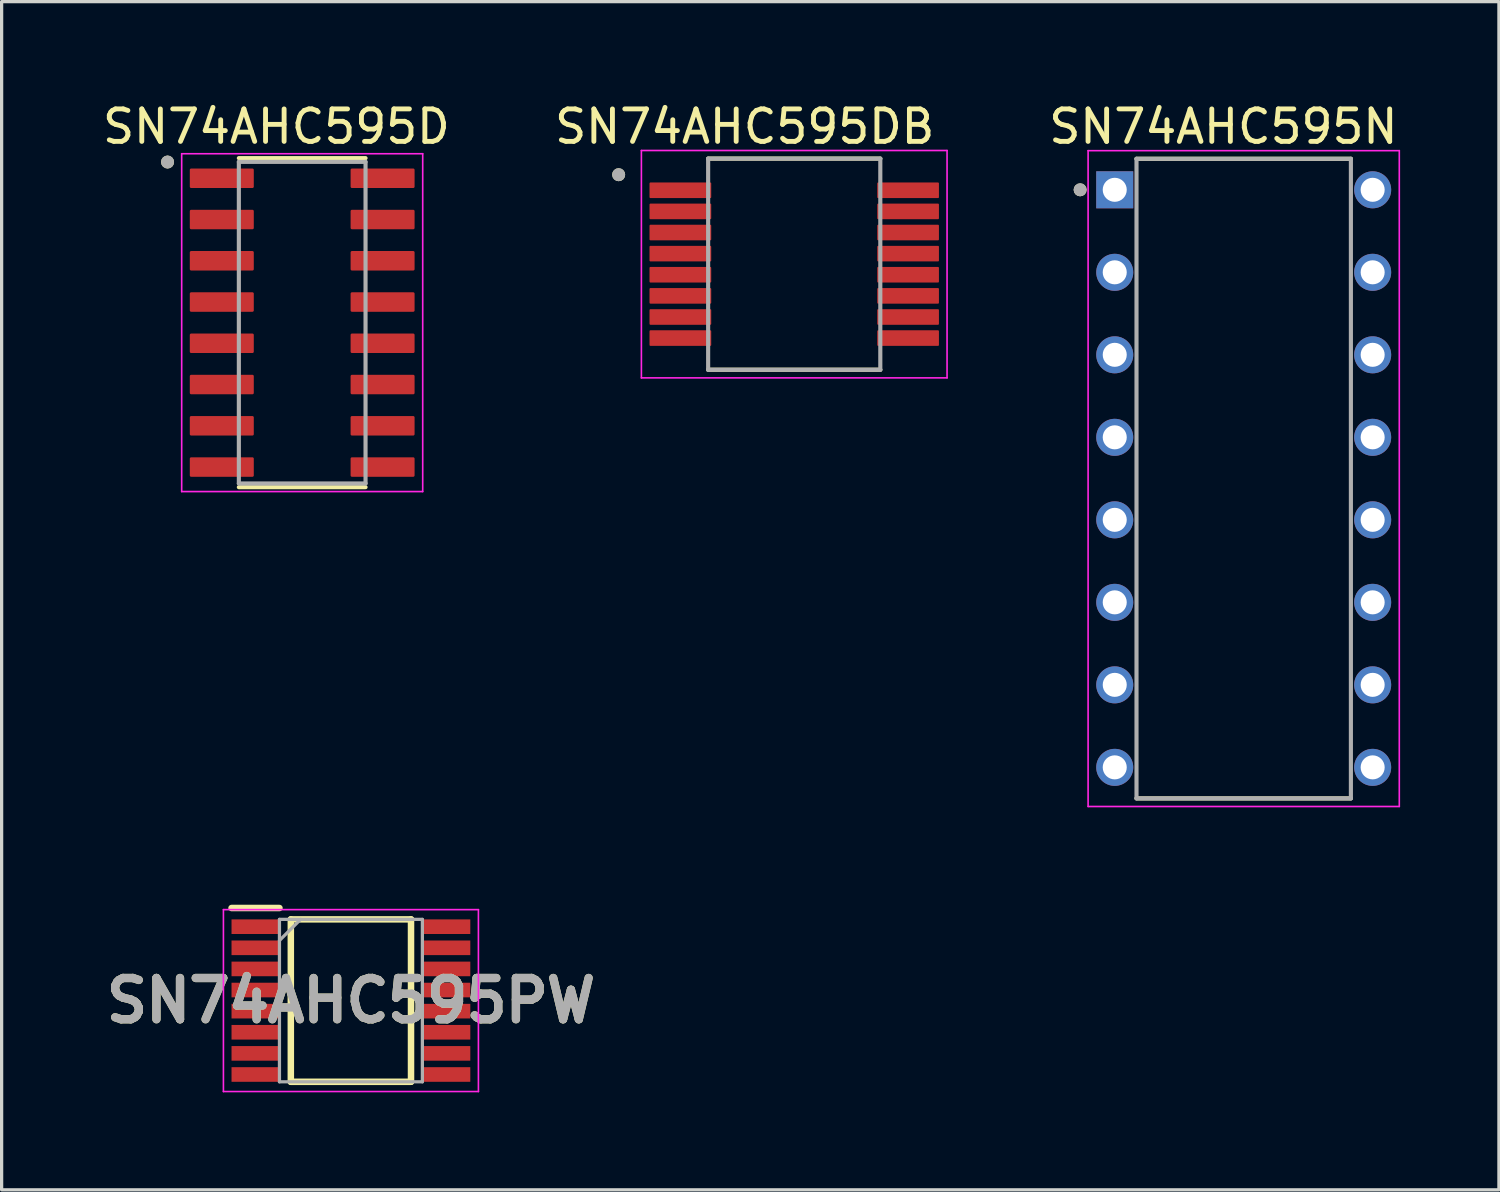
<source format=kicad_pcb>
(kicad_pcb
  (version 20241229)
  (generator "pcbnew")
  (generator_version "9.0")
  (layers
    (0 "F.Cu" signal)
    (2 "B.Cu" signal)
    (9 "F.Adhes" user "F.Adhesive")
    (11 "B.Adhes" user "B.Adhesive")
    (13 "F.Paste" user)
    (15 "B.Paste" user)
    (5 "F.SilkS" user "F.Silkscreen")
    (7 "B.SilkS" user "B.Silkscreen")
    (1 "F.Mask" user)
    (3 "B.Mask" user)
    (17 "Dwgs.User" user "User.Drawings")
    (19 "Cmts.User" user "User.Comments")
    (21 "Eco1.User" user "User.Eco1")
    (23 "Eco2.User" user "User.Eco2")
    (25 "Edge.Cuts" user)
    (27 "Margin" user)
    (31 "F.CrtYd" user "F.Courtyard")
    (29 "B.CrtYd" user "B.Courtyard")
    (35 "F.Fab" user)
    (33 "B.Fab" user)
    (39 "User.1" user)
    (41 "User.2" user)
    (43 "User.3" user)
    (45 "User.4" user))
  (footprint "SN74AHC595N"
    (layer "F.Cu")
    (at 35.237 11.683)
    (property "Reference" "SN74AHC595N" (at -0.625 -10.835 0) (layer "F.SilkS") (effects (font (size 1 1) (thickness 0.15))))
    (attr through_hole)
    (fp_line (start -3.3 -9.845) (end 3.3 -9.845) (stroke (width 0.127) (type solid)) (layer "F.SilkS"))
    (fp_line (start -3.3 9.845) (end 3.3 9.845) (stroke (width 0.127) (type solid)) (layer "F.SilkS"))
    (fp_circle (center -5.035 -8.89) (end -4.935 -8.89) (stroke (width 0.2) (type solid)) (fill no) (layer "F.SilkS"))
    (fp_line (start -4.79 -10.095) (end -4.79 10.095) (stroke (width 0.05) (type solid)) (layer "F.CrtYd"))
    (fp_line (start 4.79 -10.095) (end -4.79 -10.095) (stroke (width 0.05) (type solid)) (layer "F.CrtYd"))
    (fp_line (start 4.79 -10.095) (end 4.79 10.095) (stroke (width 0.05) (type solid)) (layer "F.CrtYd"))
    (fp_line (start 4.79 10.095) (end -4.79 10.095) (stroke (width 0.05) (type solid)) (layer "F.CrtYd"))
    (fp_line (start -3.3 -9.845) (end -3.3 9.845) (stroke (width 0.127) (type solid)) (layer "F.Fab"))
    (fp_line (start -3.3 -9.845) (end 3.3 -9.845) (stroke (width 0.127) (type solid)) (layer "F.Fab"))
    (fp_line (start -3.3 9.845) (end 3.3 9.845) (stroke (width 0.127) (type solid)) (layer "F.Fab"))
    (fp_line (start 3.3 -9.845) (end 3.3 9.845) (stroke (width 0.127) (type solid)) (layer "F.Fab"))
    (fp_circle (center -5.035 -8.89) (end -4.935 -8.89) (stroke (width 0.2) (type solid)) (fill no) (layer "F.Fab"))
    (pad "1" thru_hole rect (at -3.97 -8.89) (size 1.14 1.14) (drill 0.74) (layers "*.Cu" "*.Mask"))
    (pad "2" thru_hole circle (at -3.97 -6.35) (size 1.14 1.14) (drill 0.74) (layers "*.Cu" "*.Mask"))
    (pad "3" thru_hole circle (at -3.97 -3.81) (size 1.14 1.14) (drill 0.74) (layers "*.Cu" "*.Mask"))
    (pad "4" thru_hole circle (at -3.97 -1.27) (size 1.14 1.14) (drill 0.74) (layers "*.Cu" "*.Mask"))
    (pad "5" thru_hole circle (at -3.97 1.27) (size 1.14 1.14) (drill 0.74) (layers "*.Cu" "*.Mask"))
    (pad "6" thru_hole circle (at -3.97 3.81) (size 1.14 1.14) (drill 0.74) (layers "*.Cu" "*.Mask"))
    (pad "7" thru_hole circle (at -3.97 6.35) (size 1.14 1.14) (drill 0.74) (layers "*.Cu" "*.Mask"))
    (pad "8" thru_hole circle (at -3.97 8.89) (size 1.14 1.14) (drill 0.74) (layers "*.Cu" "*.Mask"))
    (pad "9" thru_hole circle (at 3.97 8.89) (size 1.14 1.14) (drill 0.74) (layers "*.Cu" "*.Mask"))
    (pad "10" thru_hole circle (at 3.97 6.35) (size 1.14 1.14) (drill 0.74) (layers "*.Cu" "*.Mask"))
    (pad "11" thru_hole circle (at 3.97 3.81) (size 1.14 1.14) (drill 0.74) (layers "*.Cu" "*.Mask"))
    (pad "12" thru_hole circle (at 3.97 1.27) (size 1.14 1.14) (drill 0.74) (layers "*.Cu" "*.Mask"))
    (pad "13" thru_hole circle (at 3.97 -1.27) (size 1.14 1.14) (drill 0.74) (layers "*.Cu" "*.Mask"))
    (pad "14" thru_hole circle (at 3.97 -3.81) (size 1.14 1.14) (drill 0.74) (layers "*.Cu" "*.Mask"))
    (pad "15" thru_hole circle (at 3.97 -6.35) (size 1.14 1.14) (drill 0.74) (layers "*.Cu" "*.Mask"))
    (pad "16" thru_hole circle (at 3.97 -8.89) (size 1.14 1.14) (drill 0.74) (layers "*.Cu" "*.Mask")))
  (footprint "SN74AHC595D"
    (layer "F.Cu")
    (at 6.253 6.883)
    (property "Reference" "SN74AHC595D" (at -0.795 -6.035 0) (layer "F.SilkS") (effects (font (size 1 1) (thickness 0.15))))
    (attr smd)
    (fp_line (start -1.95 -5.065) (end 1.95 -5.065) (stroke (width 0.127) (type solid)) (layer "F.SilkS"))
    (fp_line (start -1.95 5.065) (end 1.95 5.065) (stroke (width 0.127) (type solid)) (layer "F.SilkS"))
    (fp_circle (center -4.145 -4.945) (end -4.045 -4.945) (stroke (width 0.2) (type solid)) (fill no) (layer "F.SilkS"))
    (fp_line (start -3.71 -5.2) (end -3.71 5.2) (stroke (width 0.05) (type solid)) (layer "F.CrtYd"))
    (fp_line (start -3.71 -5.2) (end 3.71 -5.2) (stroke (width 0.05) (type solid)) (layer "F.CrtYd"))
    (fp_line (start -3.71 5.2) (end 3.71 5.2) (stroke (width 0.05) (type solid)) (layer "F.CrtYd"))
    (fp_line (start 3.71 -5.2) (end 3.71 5.2) (stroke (width 0.05) (type solid)) (layer "F.CrtYd"))
    (fp_line (start -1.95 -4.95) (end -1.95 4.95) (stroke (width 0.127) (type solid)) (layer "F.Fab"))
    (fp_line (start -1.95 -4.95) (end 1.95 -4.95) (stroke (width 0.127) (type solid)) (layer "F.Fab"))
    (fp_line (start -1.95 4.95) (end 1.95 4.95) (stroke (width 0.127) (type solid)) (layer "F.Fab"))
    (fp_line (start 1.95 -4.95) (end 1.95 4.95) (stroke (width 0.127) (type solid)) (layer "F.Fab"))
    (fp_circle (center -4.145 -4.945) (end -4.045 -4.945) (stroke (width 0.2) (type solid)) (fill no) (layer "F.Fab"))
    (pad "1" smd roundrect (at -2.475 -4.445) (size 1.97 0.6) (layers "F.Cu" "F.Mask" "F.Paste") (roundrect_rratio 0.07))
    (pad "2" smd roundrect (at -2.475 -3.175) (size 1.97 0.6) (layers "F.Cu" "F.Mask" "F.Paste") (roundrect_rratio 0.07))
    (pad "3" smd roundrect (at -2.475 -1.905) (size 1.97 0.6) (layers "F.Cu" "F.Mask" "F.Paste") (roundrect_rratio 0.07))
    (pad "4" smd roundrect (at -2.475 -0.635) (size 1.97 0.6) (layers "F.Cu" "F.Mask" "F.Paste") (roundrect_rratio 0.07))
    (pad "5" smd roundrect (at -2.475 0.635) (size 1.97 0.6) (layers "F.Cu" "F.Mask" "F.Paste") (roundrect_rratio 0.07))
    (pad "6" smd roundrect (at -2.475 1.905) (size 1.97 0.6) (layers "F.Cu" "F.Mask" "F.Paste") (roundrect_rratio 0.07))
    (pad "7" smd roundrect (at -2.475 3.175) (size 1.97 0.6) (layers "F.Cu" "F.Mask" "F.Paste") (roundrect_rratio 0.07))
    (pad "8" smd roundrect (at -2.475 4.445) (size 1.97 0.6) (layers "F.Cu" "F.Mask" "F.Paste") (roundrect_rratio 0.07))
    (pad "9" smd roundrect (at 2.475 4.445) (size 1.97 0.6) (layers "F.Cu" "F.Mask" "F.Paste") (roundrect_rratio 0.07))
    (pad "10" smd roundrect (at 2.475 3.175) (size 1.97 0.6) (layers "F.Cu" "F.Mask" "F.Paste") (roundrect_rratio 0.07))
    (pad "11" smd roundrect (at 2.475 1.905) (size 1.97 0.6) (layers "F.Cu" "F.Mask" "F.Paste") (roundrect_rratio 0.07))
    (pad "12" smd roundrect (at 2.475 0.635) (size 1.97 0.6) (layers "F.Cu" "F.Mask" "F.Paste") (roundrect_rratio 0.07))
    (pad "13" smd roundrect (at 2.475 -0.635) (size 1.97 0.6) (layers "F.Cu" "F.Mask" "F.Paste") (roundrect_rratio 0.07))
    (pad "14" smd roundrect (at 2.475 -1.905) (size 1.97 0.6) (layers "F.Cu" "F.Mask" "F.Paste") (roundrect_rratio 0.07))
    (pad "15" smd roundrect (at 2.475 -3.175) (size 1.97 0.6) (layers "F.Cu" "F.Mask" "F.Paste") (roundrect_rratio 0.07))
    (pad "16" smd roundrect (at 2.475 -4.445) (size 1.97 0.6) (layers "F.Cu" "F.Mask" "F.Paste") (roundrect_rratio 0.07)))
  (footprint "SN74AHC595PW"
    (layer "F.Cu")
    (at 7.753 27.753)
    (property "Reference" "SN74AHC595PW" (at 0 0 0) (layer "F.SilkS") (effects (font (size 1.27 1.27) (thickness 0.254))))
    (attr smd)
    (fp_line (start -3.675 -2.85) (end -2.2 -2.85) (stroke (width 0.2) (type solid)) (layer "F.SilkS"))
    (fp_line (start -1.85 -2.5) (end 1.85 -2.5) (stroke (width 0.2) (type solid)) (layer "F.SilkS"))
    (fp_line (start -1.85 2.5) (end -1.85 -2.5) (stroke (width 0.2) (type solid)) (layer "F.SilkS"))
    (fp_line (start 1.85 -2.5) (end 1.85 2.5) (stroke (width 0.2) (type solid)) (layer "F.SilkS"))
    (fp_line (start 1.85 2.5) (end -1.85 2.5) (stroke (width 0.2) (type solid)) (layer "F.SilkS"))
    (fp_line (start -3.925 -2.8) (end 3.925 -2.8) (stroke (width 0.05) (type solid)) (layer "F.CrtYd"))
    (fp_line (start -3.925 2.8) (end -3.925 -2.8) (stroke (width 0.05) (type solid)) (layer "F.CrtYd"))
    (fp_line (start 3.925 -2.8) (end 3.925 2.8) (stroke (width 0.05) (type solid)) (layer "F.CrtYd"))
    (fp_line (start 3.925 2.8) (end -3.925 2.8) (stroke (width 0.05) (type solid)) (layer "F.CrtYd"))
    (fp_line (start -2.2 -2.5) (end 2.2 -2.5) (stroke (width 0.1) (type solid)) (layer "F.Fab"))
    (fp_line (start -2.2 -1.85) (end -1.55 -2.5) (stroke (width 0.1) (type solid)) (layer "F.Fab"))
    (fp_line (start -2.2 2.5) (end -2.2 -2.5) (stroke (width 0.1) (type solid)) (layer "F.Fab"))
    (fp_line (start 2.2 -2.5) (end 2.2 2.5) (stroke (width 0.1) (type solid)) (layer "F.Fab"))
    (fp_line (start 2.2 2.5) (end -2.2 2.5) (stroke (width 0.1) (type solid)) (layer "F.Fab"))
    (fp_text user "${REFERENCE}" (at 0 0 0) (layer "F.Fab") (effects (font (size 1.27 1.27) (thickness 0.254))))
    (pad "1" smd rect (at -2.938 -2.275 90) (size 0.45 1.475) (layers "F.Cu" "F.Mask" "F.Paste"))
    (pad "2" smd rect (at -2.938 -1.625 90) (size 0.45 1.475) (layers "F.Cu" "F.Mask" "F.Paste"))
    (pad "3" smd rect (at -2.938 -0.975 90) (size 0.45 1.475) (layers "F.Cu" "F.Mask" "F.Paste"))
    (pad "4" smd rect (at -2.938 -0.325 90) (size 0.45 1.475) (layers "F.Cu" "F.Mask" "F.Paste"))
    (pad "5" smd rect (at -2.938 0.325 90) (size 0.45 1.475) (layers "F.Cu" "F.Mask" "F.Paste"))
    (pad "6" smd rect (at -2.938 0.975 90) (size 0.45 1.475) (layers "F.Cu" "F.Mask" "F.Paste"))
    (pad "7" smd rect (at -2.938 1.625 90) (size 0.45 1.475) (layers "F.Cu" "F.Mask" "F.Paste"))
    (pad "8" smd rect (at -2.938 2.275 90) (size 0.45 1.475) (layers "F.Cu" "F.Mask" "F.Paste"))
    (pad "9" smd rect (at 2.938 2.275 90) (size 0.45 1.475) (layers "F.Cu" "F.Mask" "F.Paste"))
    (pad "10" smd rect (at 2.938 1.625 90) (size 0.45 1.475) (layers "F.Cu" "F.Mask" "F.Paste"))
    (pad "11" smd rect (at 2.938 0.975 90) (size 0.45 1.475) (layers "F.Cu" "F.Mask" "F.Paste"))
    (pad "12" smd rect (at 2.938 0.325 90) (size 0.45 1.475) (layers "F.Cu" "F.Mask" "F.Paste"))
    (pad "13" smd rect (at 2.938 -0.325 90) (size 0.45 1.475) (layers "F.Cu" "F.Mask" "F.Paste"))
    (pad "14" smd rect (at 2.938 -0.975 90) (size 0.45 1.475) (layers "F.Cu" "F.Mask" "F.Paste"))
    (pad "15" smd rect (at 2.938 -1.625 90) (size 0.45 1.475) (layers "F.Cu" "F.Mask" "F.Paste"))
    (pad "16" smd rect (at 2.938 -2.275 90) (size 0.45 1.475) (layers "F.Cu" "F.Mask" "F.Paste")))
  (footprint "SN74AHC595DB"
    (layer "F.Cu")
    (at 21.4 5.083)
    (property "Reference" "SN74AHC595DB" (at -1.525 -4.235 0) (layer "F.SilkS") (effects (font (size 1 1) (thickness 0.15))))
    (attr smd)
    (fp_line (start -2.65 -3.25) (end 2.65 -3.25) (stroke (width 0.127) (type solid)) (layer "F.SilkS"))
    (fp_line (start -2.65 3.25) (end 2.65 3.25) (stroke (width 0.127) (type solid)) (layer "F.SilkS"))
    (fp_circle (center -5.405 -2.755) (end -5.305 -2.755) (stroke (width 0.2) (type solid)) (fill no) (layer "F.SilkS"))
    (fp_line (start -4.705 -3.5) (end -4.705 3.5) (stroke (width 0.05) (type solid)) (layer "F.CrtYd"))
    (fp_line (start -4.705 -3.5) (end 4.705 -3.5) (stroke (width 0.05) (type solid)) (layer "F.CrtYd"))
    (fp_line (start -4.705 3.5) (end 4.705 3.5) (stroke (width 0.05) (type solid)) (layer "F.CrtYd"))
    (fp_line (start 4.705 -3.5) (end 4.705 3.5) (stroke (width 0.05) (type solid)) (layer "F.CrtYd"))
    (fp_line (start -2.65 -3.25) (end -2.65 3.25) (stroke (width 0.127) (type solid)) (layer "F.Fab"))
    (fp_line (start -2.65 -3.25) (end 2.65 -3.25) (stroke (width 0.127) (type solid)) (layer "F.Fab"))
    (fp_line (start -2.65 3.25) (end 2.65 3.25) (stroke (width 0.127) (type solid)) (layer "F.Fab"))
    (fp_line (start 2.65 -3.25) (end 2.65 3.25) (stroke (width 0.127) (type solid)) (layer "F.Fab"))
    (fp_circle (center -5.405 -2.755) (end -5.305 -2.755) (stroke (width 0.2) (type solid)) (fill no) (layer "F.Fab"))
    (pad "1" smd roundrect (at -3.505 -2.275) (size 1.9 0.48) (layers "F.Cu" "F.Mask" "F.Paste") (roundrect_rratio 0.06))
    (pad "2" smd roundrect (at -3.505 -1.625) (size 1.9 0.48) (layers "F.Cu" "F.Mask" "F.Paste") (roundrect_rratio 0.06))
    (pad "3" smd roundrect (at -3.505 -0.975) (size 1.9 0.48) (layers "F.Cu" "F.Mask" "F.Paste") (roundrect_rratio 0.06))
    (pad "4" smd roundrect (at -3.505 -0.325) (size 1.9 0.48) (layers "F.Cu" "F.Mask" "F.Paste") (roundrect_rratio 0.06))
    (pad "5" smd roundrect (at -3.505 0.325) (size 1.9 0.48) (layers "F.Cu" "F.Mask" "F.Paste") (roundrect_rratio 0.06))
    (pad "6" smd roundrect (at -3.505 0.975) (size 1.9 0.48) (layers "F.Cu" "F.Mask" "F.Paste") (roundrect_rratio 0.06))
    (pad "7" smd roundrect (at -3.505 1.625) (size 1.9 0.48) (layers "F.Cu" "F.Mask" "F.Paste") (roundrect_rratio 0.06))
    (pad "8" smd roundrect (at -3.505 2.275) (size 1.9 0.48) (layers "F.Cu" "F.Mask" "F.Paste") (roundrect_rratio 0.06))
    (pad "9" smd roundrect (at 3.505 2.275) (size 1.9 0.48) (layers "F.Cu" "F.Mask" "F.Paste") (roundrect_rratio 0.06))
    (pad "10" smd roundrect (at 3.505 1.625) (size 1.9 0.48) (layers "F.Cu" "F.Mask" "F.Paste") (roundrect_rratio 0.06))
    (pad "11" smd roundrect (at 3.505 0.975) (size 1.9 0.48) (layers "F.Cu" "F.Mask" "F.Paste") (roundrect_rratio 0.06))
    (pad "12" smd roundrect (at 3.505 0.325) (size 1.9 0.48) (layers "F.Cu" "F.Mask" "F.Paste") (roundrect_rratio 0.06))
    (pad "13" smd roundrect (at 3.505 -0.325) (size 1.9 0.48) (layers "F.Cu" "F.Mask" "F.Paste") (roundrect_rratio 0.06))
    (pad "14" smd roundrect (at 3.505 -0.975) (size 1.9 0.48) (layers "F.Cu" "F.Mask" "F.Paste") (roundrect_rratio 0.06))
    (pad "15" smd roundrect (at 3.505 -1.625) (size 1.9 0.48) (layers "F.Cu" "F.Mask" "F.Paste") (roundrect_rratio 0.06))
    (pad "16" smd roundrect (at 3.505 -2.275) (size 1.9 0.48) (layers "F.Cu" "F.Mask" "F.Paste") (roundrect_rratio 0.06)))
  (gr_rect
    (start -3 -3)
    (end 43.094 33.578)
    (stroke (width 0.1) (type default))
    (fill no)
    (layer "Edge.Cuts")))
</source>
